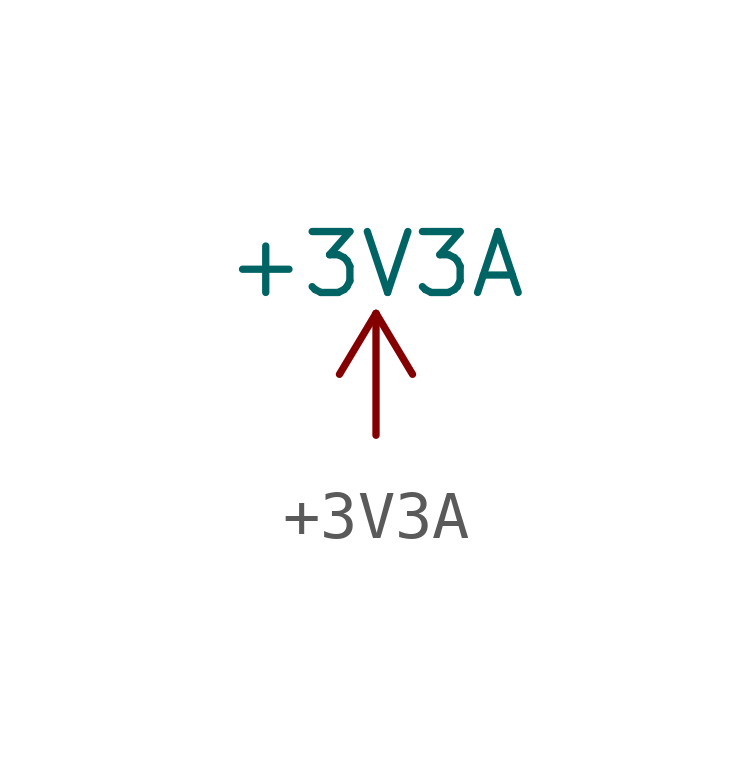
<source format=kicad_sym>
(kicad_symbol_lib
  (version 20220914)
  (generator kicad_symbol_editor)
  (symbol "+3V3A"
    (power)
    (pin_names
      (offset 0))
    (property "Reference" "#PWR"
      (at 0 -3.81 0)
      (effects (font (size 1.27 1.27)) hide))
    (property "Value" "+3V3A"
      (at 0 3.556 0)
      (effects (font (size 1.27 1.27))))
    (symbol "+3V3A_0_1"
      (polyline (pts (xy -0.762 1.27) (xy 0 2.54)) (stroke (width 0) (type default)) (fill (type none)))
      (polyline (pts (xy 0 0) (xy 0 2.54)) (stroke (width 0) (type default)) (fill (type none)))
      (polyline (pts (xy 0 2.54) (xy 0.762 1.27)) (stroke (width 0) (type default)) (fill (type none))))
    (symbol "+3V3A_1_1"
      (pin power_in line (at 0 0 90) (length 0) hide (name "+3V3A" (effects (font (size 1.27 1.27)))) (number "1" (effects (font (size 1.27 1.27))))))))
</source>
